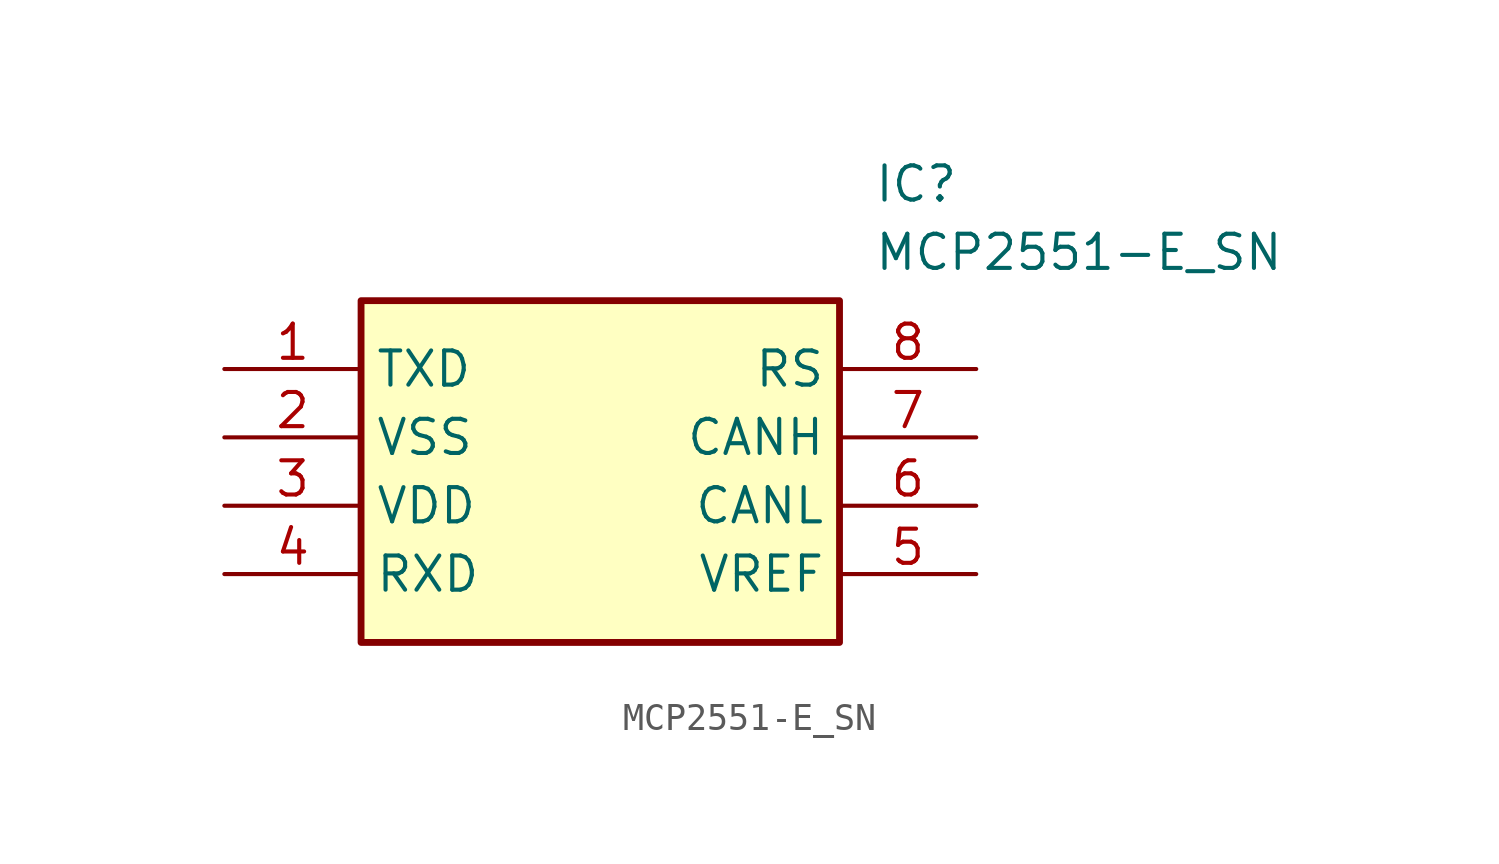
<source format=kicad_sym>
(kicad_symbol_lib
  (version 20211014)
  (generator SamacSys_ECAD_Model)
  (symbol "MCP2551-E_SN"
    (property "Reference" "IC"
      (at 24.13 7.62 0)
      (effects (font (size 1.27 1.27)) (justify left top)))
    (property "Value" "MCP2551-E_SN"
      (at 24.13 5.08 0)
      (effects (font (size 1.27 1.27)) (justify left top)))
    (rectangle
      (start 5.08 2.54)
      (end 22.86 -10.16)
      (stroke (width 0.254) (type default))
      (fill (type background)))
    (pin passive line
      (at 0 0 0)
      (length 5.08)
      (name "TXD" (effects (font (size 1.27 1.27))))
      (number "1" (effects (font (size 1.27 1.27)))))
    (pin passive line
      (at 0 -2.54 0)
      (length 5.08)
      (name "VSS" (effects (font (size 1.27 1.27))))
      (number "2" (effects (font (size 1.27 1.27)))))
    (pin passive line
      (at 0 -5.08 0)
      (length 5.08)
      (name "VDD" (effects (font (size 1.27 1.27))))
      (number "3" (effects (font (size 1.27 1.27)))))
    (pin passive line
      (at 0 -7.62 0)
      (length 5.08)
      (name "RXD" (effects (font (size 1.27 1.27))))
      (number "4" (effects (font (size 1.27 1.27)))))
    (pin passive line
      (at 27.94 0 180)
      (length 5.08)
      (name "RS" (effects (font (size 1.27 1.27))))
      (number "8" (effects (font (size 1.27 1.27)))))
    (pin passive line
      (at 27.94 -2.54 180)
      (length 5.08)
      (name "CANH" (effects (font (size 1.27 1.27))))
      (number "7" (effects (font (size 1.27 1.27)))))
    (pin passive line
      (at 27.94 -5.08 180)
      (length 5.08)
      (name "CANL" (effects (font (size 1.27 1.27))))
      (number "6" (effects (font (size 1.27 1.27)))))
    (pin passive line
      (at 27.94 -7.62 180)
      (length 5.08)
      (name "VREF" (effects (font (size 1.27 1.27))))
      (number "5" (effects (font (size 1.27 1.27)))))))
</source>
